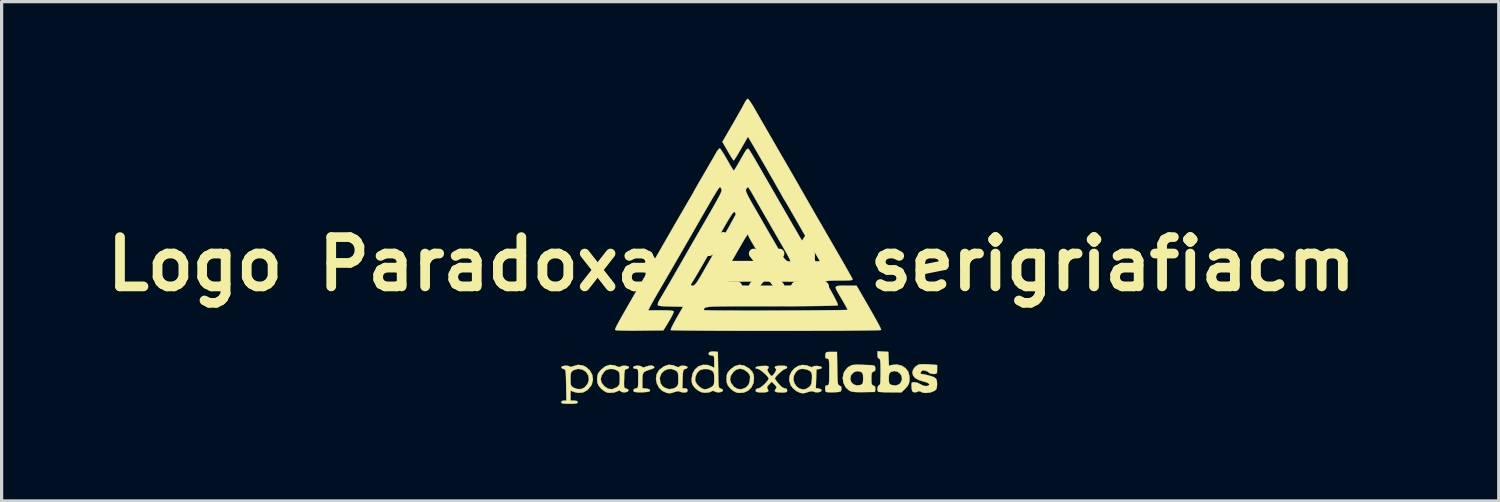
<source format=kicad_pcb>
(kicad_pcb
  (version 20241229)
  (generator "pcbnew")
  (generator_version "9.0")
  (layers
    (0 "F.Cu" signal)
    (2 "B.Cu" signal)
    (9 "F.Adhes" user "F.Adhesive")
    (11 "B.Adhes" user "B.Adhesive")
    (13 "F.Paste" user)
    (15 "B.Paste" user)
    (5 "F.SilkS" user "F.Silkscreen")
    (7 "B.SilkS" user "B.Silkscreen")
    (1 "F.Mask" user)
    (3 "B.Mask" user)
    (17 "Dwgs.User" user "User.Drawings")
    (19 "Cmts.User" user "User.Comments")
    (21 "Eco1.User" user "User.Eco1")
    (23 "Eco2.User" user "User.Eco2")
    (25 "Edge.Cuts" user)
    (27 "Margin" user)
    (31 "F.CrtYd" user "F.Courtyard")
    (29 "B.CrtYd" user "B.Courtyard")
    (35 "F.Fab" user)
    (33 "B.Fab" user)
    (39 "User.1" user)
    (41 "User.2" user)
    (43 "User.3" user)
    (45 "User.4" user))
  (footprint "Logo Paradoxa 1x1 serigriafiacm "
    (layer "F.Cu")
    (at 20.146 5.116)
    (property "Reference" "Logo Paradoxa 1x1 serigriafiacm " (at 0 0 0) (layer "F.SilkS") (effects (font (size 1.524 1.524) (thickness 0.3))))
    (attr through_hole)
    (fp_poly (pts (xy 2.692 3.227) (xy 2.695 3.418) (xy 2.7 3.556) (xy 2.706 3.648) (xy 2.716 3.705) (xy 2.73 3.737) (xy 2.75 3.752) (xy 2.765 3.757) (xy 2.813 3.786) (xy 2.821 3.851) (xy 2.82 3.863) (xy 2.812 3.91) (xy 2.791 3.938) (xy 2.742 3.952) (xy 2.652 3.959) (xy 2.586 3.962) (xy 2.472 3.964) (xy 2.384 3.959) (xy 2.341 3.949) (xy 2.34 3.949) (xy 2.324 3.903) (xy 2.318 3.836) (xy 2.329 3.769) (xy 2.37 3.747) (xy 2.381 3.747) (xy 2.407 3.743) (xy 2.425 3.726) (xy 2.436 3.685) (xy 2.442 3.61) (xy 2.444 3.49) (xy 2.445 3.334) (xy 2.444 3.165) (xy 2.442 3.05) (xy 2.435 2.978) (xy 2.424 2.94) (xy 2.406 2.924) (xy 2.379 2.921) (xy 2.335 2.911) (xy 2.321 2.867) (xy 2.324 2.818) (xy 2.332 2.759) (xy 2.354 2.728) (xy 2.405 2.716) (xy 2.503 2.715) (xy 2.683 2.715) (xy 2.692 3.227)) (stroke (width 0.01) (type solid)) (fill yes) (layer "F.SilkS"))
    (fp_poly (pts (xy -0.192 3.135) (xy -0.047 3.218) (xy -0.01 3.249) (xy 0.065 3.33) (xy 0.102 3.412) (xy 0.117 3.51) (xy 0.103 3.673) (xy 0.039 3.81) (xy -0.065 3.913) (xy -0.2 3.973) (xy -0.355 3.982) (xy -0.433 3.966) (xy -0.517 3.924) (xy -0.605 3.852) (xy -0.632 3.825) (xy -0.693 3.743) (xy -0.723 3.664) (xy -0.73 3.563) (xy -0.624 3.563) (xy -0.593 3.673) (xy -0.59 3.678) (xy -0.501 3.795) (xy -0.39 3.86) (xy -0.266 3.869) (xy -0.143 3.821) (xy -0.116 3.801) (xy -0.051 3.73) (xy -0.017 3.635) (xy -0.009 3.58) (xy -0.003 3.483) (xy -0.02 3.418) (xy -0.07 3.355) (xy -0.089 3.335) (xy -0.205 3.255) (xy -0.326 3.233) (xy -0.442 3.269) (xy -0.521 3.336) (xy -0.601 3.455) (xy -0.624 3.563) (xy -0.73 3.563) (xy -0.73 3.555) (xy -0.73 3.546) (xy -0.725 3.439) (xy -0.7 3.364) (xy -0.644 3.291) (xy -0.616 3.262) (xy -0.48 3.157) (xy -0.337 3.114) (xy -0.192 3.135)) (stroke (width 0.01) (type solid)) (fill yes) (layer "F.SilkS"))
    (fp_poly (pts (xy -2.987 3.157) (xy -2.984 3.16) (xy -2.965 3.19) (xy -2.977 3.213) (xy -3.028 3.237) (xy -3.127 3.27) (xy -3.228 3.306) (xy -3.289 3.346) (xy -3.321 3.405) (xy -3.332 3.5) (xy -3.334 3.606) (xy -3.334 3.838) (xy -3.215 3.848) (xy -3.126 3.867) (xy -3.096 3.904) (xy -3.096 3.905) (xy -3.109 3.931) (xy -3.158 3.948) (xy -3.252 3.958) (xy -3.339 3.962) (xy -3.469 3.963) (xy -3.561 3.954) (xy -3.603 3.938) (xy -3.603 3.938) (xy -3.608 3.885) (xy -3.564 3.848) (xy -3.522 3.842) (xy -3.494 3.837) (xy -3.476 3.814) (xy -3.466 3.762) (xy -3.462 3.668) (xy -3.461 3.54) (xy -3.461 3.4) (xy -3.465 3.312) (xy -3.475 3.264) (xy -3.495 3.243) (xy -3.527 3.239) (xy -3.54 3.239) (xy -3.604 3.222) (xy -3.619 3.191) (xy -3.592 3.161) (xy -3.527 3.145) (xy -3.448 3.143) (xy -3.379 3.156) (xy -3.348 3.177) (xy -3.306 3.196) (xy -3.275 3.189) (xy -3.149 3.148) (xy -3.048 3.137) (xy -2.987 3.157)) (stroke (width 0.01) (type solid)) (fill yes) (layer "F.SilkS"))
    (fp_poly (pts (xy 3.412 3.113) (xy 3.554 3.118) (xy 3.651 3.121) (xy 3.762 3.126) (xy 3.825 3.136) (xy 3.855 3.159) (xy 3.866 3.2) (xy 3.868 3.217) (xy 3.864 3.288) (xy 3.822 3.321) (xy 3.812 3.324) (xy 3.776 3.341) (xy 3.756 3.379) (xy 3.748 3.452) (xy 3.747 3.54) (xy 3.749 3.651) (xy 3.76 3.714) (xy 3.783 3.745) (xy 3.812 3.756) (xy 3.86 3.786) (xy 3.869 3.85) (xy 3.868 3.863) (xy 3.858 3.953) (xy 3.505 3.958) (xy 3.34 3.959) (xy 3.224 3.954) (xy 3.143 3.942) (xy 3.084 3.921) (xy 3.058 3.907) (xy 2.951 3.807) (xy 2.885 3.674) (xy 2.866 3.549) (xy 3.093 3.549) (xy 3.122 3.645) (xy 3.191 3.716) (xy 3.289 3.752) (xy 3.405 3.739) (xy 3.405 3.739) (xy 3.456 3.716) (xy 3.482 3.68) (xy 3.491 3.612) (xy 3.493 3.536) (xy 3.489 3.434) (xy 3.474 3.376) (xy 3.44 3.342) (xy 3.412 3.327) (xy 3.302 3.309) (xy 3.2 3.345) (xy 3.123 3.428) (xy 3.117 3.44) (xy 3.093 3.549) (xy 2.866 3.549) (xy 2.862 3.524) (xy 2.888 3.377) (xy 2.92 3.312) (xy 3.021 3.189) (xy 3.146 3.123) (xy 3.296 3.108) (xy 3.412 3.113)) (stroke (width 0.01) (type solid)) (fill yes) (layer "F.SilkS"))
    (fp_poly (pts (xy 4.104 2.705) (xy 4.27 2.715) (xy 4.28 2.929) (xy 4.289 3.144) (xy 4.375 3.121) (xy 4.536 3.105) (xy 4.682 3.14) (xy 4.804 3.218) (xy 4.888 3.332) (xy 4.922 3.461) (xy 4.926 3.597) (xy 4.907 3.696) (xy 4.859 3.779) (xy 4.8 3.843) (xy 4.679 3.964) (xy 4.326 3.964) (xy 4.183 3.962) (xy 4.064 3.957) (xy 3.984 3.951) (xy 3.955 3.945) (xy 3.936 3.895) (xy 3.938 3.826) (xy 3.957 3.768) (xy 3.985 3.747) (xy 4.004 3.737) (xy 4.018 3.703) (xy 4.026 3.636) (xy 4.03 3.537) (xy 4.286 3.537) (xy 4.286 3.539) (xy 4.289 3.639) (xy 4.303 3.694) (xy 4.336 3.724) (xy 4.372 3.738) (xy 4.498 3.755) (xy 4.602 3.721) (xy 4.652 3.672) (xy 4.694 3.567) (xy 4.684 3.466) (xy 4.633 3.381) (xy 4.551 3.323) (xy 4.45 3.305) (xy 4.348 3.335) (xy 4.31 3.369) (xy 4.291 3.43) (xy 4.286 3.537) (xy 4.03 3.537) (xy 4.031 3.524) (xy 4.032 3.36) (xy 4.032 3.334) (xy 4.031 3.162) (xy 4.027 3.044) (xy 4.019 2.971) (xy 4.007 2.933) (xy 3.988 2.921) (xy 3.985 2.921) (xy 3.95 2.897) (xy 3.937 2.821) (xy 3.937 2.808) (xy 3.937 2.695) (xy 4.104 2.705)) (stroke (width 0.01) (type solid)) (fill yes) (layer "F.SilkS"))
    (fp_poly (pts (xy 1.754 3.132) (xy 1.823 3.16) (xy 1.899 3.189) (xy 1.937 3.174) (xy 1.938 3.174) (xy 1.981 3.153) (xy 2.057 3.148) (xy 2.139 3.158) (xy 2.2 3.18) (xy 2.214 3.197) (xy 2.196 3.227) (xy 2.137 3.244) (xy 2.048 3.254) (xy 2.03 3.837) (xy 2.118 3.847) (xy 2.19 3.871) (xy 2.207 3.908) (xy 2.173 3.945) (xy 2.101 3.963) (xy 2.017 3.961) (xy 1.958 3.942) (xy 1.957 3.941) (xy 1.899 3.927) (xy 1.799 3.951) (xy 1.792 3.953) (xy 1.7 3.983) (xy 1.636 3.993) (xy 1.573 3.985) (xy 1.54 3.977) (xy 1.424 3.923) (xy 1.316 3.831) (xy 1.25 3.739) (xy 1.208 3.597) (xy 1.21 3.568) (xy 1.336 3.568) (xy 1.364 3.677) (xy 1.424 3.771) (xy 1.508 3.84) (xy 1.609 3.874) (xy 1.716 3.865) (xy 1.823 3.802) (xy 1.871 3.747) (xy 1.897 3.678) (xy 1.908 3.572) (xy 1.91 3.545) (xy 1.911 3.436) (xy 1.899 3.369) (xy 1.868 3.324) (xy 1.84 3.299) (xy 1.742 3.255) (xy 1.63 3.239) (xy 1.532 3.248) (xy 1.462 3.288) (xy 1.412 3.34) (xy 1.35 3.452) (xy 1.336 3.568) (xy 1.21 3.568) (xy 1.219 3.458) (xy 1.274 3.332) (xy 1.364 3.226) (xy 1.481 3.152) (xy 1.614 3.117) (xy 1.754 3.132)) (stroke (width 0.01) (type solid)) (fill yes) (layer "F.SilkS"))
    (fp_poly (pts (xy -2.379 3.129) (xy -2.303 3.161) (xy -2.228 3.189) (xy -2.197 3.177) (xy -2.161 3.152) (xy -2.092 3.142) (xy -2.015 3.147) (xy -1.956 3.165) (xy -1.937 3.189) (xy -1.964 3.228) (xy -2.008 3.244) (xy -2.042 3.253) (xy -2.063 3.276) (xy -2.076 3.326) (xy -2.084 3.415) (xy -2.089 3.548) (xy -2.098 3.842) (xy -2.017 3.842) (xy -1.954 3.856) (xy -1.937 3.905) (xy -1.95 3.95) (xy -2.001 3.967) (xy -2.042 3.969) (xy -2.123 3.96) (xy -2.176 3.939) (xy -2.177 3.938) (xy -2.231 3.927) (xy -2.329 3.951) (xy -2.334 3.953) (xy -2.427 3.983) (xy -2.49 3.993) (xy -2.554 3.985) (xy -2.588 3.978) (xy -2.72 3.917) (xy -2.821 3.817) (xy -2.886 3.69) (xy -2.913 3.551) (xy -2.911 3.54) (xy -2.794 3.54) (xy -2.776 3.675) (xy -2.717 3.771) (xy -2.642 3.824) (xy -2.509 3.868) (xy -2.38 3.851) (xy -2.315 3.819) (xy -2.265 3.785) (xy -2.238 3.746) (xy -2.225 3.683) (xy -2.223 3.578) (xy -2.223 3.553) (xy -2.225 3.436) (xy -2.236 3.365) (xy -2.261 3.322) (xy -2.301 3.29) (xy -2.423 3.242) (xy -2.547 3.246) (xy -2.659 3.295) (xy -2.745 3.38) (xy -2.791 3.495) (xy -2.794 3.54) (xy -2.911 3.54) (xy -2.895 3.414) (xy -2.829 3.293) (xy -2.802 3.264) (xy -2.658 3.158) (xy -2.52 3.113) (xy -2.379 3.129)) (stroke (width 0.01) (type solid)) (fill yes) (layer "F.SilkS"))
    (fp_poly (pts (xy 5.429 3.095) (xy 5.553 3.102) (xy 5.779 3.121) (xy 5.779 3.259) (xy 5.776 3.345) (xy 5.759 3.385) (xy 5.713 3.397) (xy 5.669 3.397) (xy 5.59 3.388) (xy 5.541 3.366) (xy 5.539 3.364) (xy 5.484 3.32) (xy 5.401 3.29) (xy 5.326 3.288) (xy 5.318 3.29) (xy 5.286 3.321) (xy 5.268 3.366) (xy 5.275 3.396) (xy 5.282 3.397) (xy 5.358 3.406) (xy 5.465 3.43) (xy 5.576 3.46) (xy 5.668 3.491) (xy 5.705 3.509) (xy 5.752 3.553) (xy 5.773 3.616) (xy 5.779 3.712) (xy 5.772 3.814) (xy 5.749 3.875) (xy 5.707 3.913) (xy 5.58 3.966) (xy 5.434 3.984) (xy 5.366 3.978) (xy 5.293 3.956) (xy 5.257 3.935) (xy 5.21 3.927) (xy 5.187 3.94) (xy 5.126 3.963) (xy 5.074 3.963) (xy 5.028 3.948) (xy 5.004 3.907) (xy 4.992 3.824) (xy 4.991 3.802) (xy 4.987 3.711) (xy 4.998 3.667) (xy 5.032 3.653) (xy 5.08 3.651) (xy 5.175 3.671) (xy 5.267 3.717) (xy 5.267 3.717) (xy 5.347 3.758) (xy 5.433 3.773) (xy 5.503 3.763) (xy 5.539 3.728) (xy 5.54 3.717) (xy 5.51 3.681) (xy 5.425 3.647) (xy 5.382 3.636) (xy 5.21 3.584) (xy 5.096 3.519) (xy 5.034 3.436) (xy 5.016 3.34) (xy 5.044 3.252) (xy 5.112 3.168) (xy 5.202 3.111) (xy 5.234 3.101) (xy 5.313 3.095) (xy 5.429 3.095)) (stroke (width 0.01) (type solid)) (fill yes) (layer "F.SilkS"))
    (fp_poly (pts (xy -5.174 3.134) (xy -5.088 3.175) (xy -4.963 3.282) (xy -4.886 3.416) (xy -4.862 3.562) (xy -4.894 3.709) (xy -4.922 3.763) (xy -5.033 3.894) (xy -5.168 3.967) (xy -5.321 3.981) (xy -5.428 3.957) (xy -5.556 3.913) (xy -5.556 4.223) (xy -5.445 4.223) (xy -5.363 4.233) (xy -5.334 4.266) (xy -5.334 4.27) (xy -5.346 4.295) (xy -5.389 4.309) (xy -5.475 4.316) (xy -5.588 4.318) (xy -5.718 4.316) (xy -5.797 4.308) (xy -5.834 4.291) (xy -5.842 4.27) (xy -5.814 4.232) (xy -5.762 4.223) (xy -5.682 4.223) (xy -5.69 3.739) (xy -5.694 3.554) (xy -5.694 3.552) (xy -5.556 3.552) (xy -5.554 3.667) (xy -5.544 3.737) (xy -5.519 3.78) (xy -5.474 3.814) (xy -5.469 3.818) (xy -5.347 3.864) (xy -5.223 3.863) (xy -5.123 3.817) (xy -5.028 3.706) (xy -4.986 3.581) (xy -5 3.454) (xy -5.071 3.338) (xy -5.078 3.331) (xy -5.193 3.257) (xy -5.325 3.238) (xy -5.455 3.276) (xy -5.478 3.29) (xy -5.52 3.324) (xy -5.544 3.369) (xy -5.554 3.443) (xy -5.556 3.552) (xy -5.694 3.552) (xy -5.698 3.423) (xy -5.705 3.337) (xy -5.715 3.285) (xy -5.73 3.258) (xy -5.752 3.247) (xy -5.771 3.244) (xy -5.826 3.219) (xy -5.842 3.189) (xy -5.815 3.161) (xy -5.749 3.145) (xy -5.67 3.142) (xy -5.603 3.154) (xy -5.573 3.173) (xy -5.535 3.181) (xy -5.468 3.157) (xy -5.323 3.115) (xy -5.174 3.134)) (stroke (width 0.01) (type solid)) (fill yes) (layer "F.SilkS"))
    (fp_poly (pts (xy -4.195 3.13) (xy -4.134 3.156) (xy -4.056 3.185) (xy -4.016 3.175) (xy -3.973 3.151) (xy -3.9 3.142) (xy -3.822 3.148) (xy -3.763 3.166) (xy -3.747 3.189) (xy -3.774 3.228) (xy -3.818 3.244) (xy -3.852 3.253) (xy -3.873 3.276) (xy -3.886 3.326) (xy -3.894 3.416) (xy -3.898 3.546) (xy -3.902 3.683) (xy -3.9 3.769) (xy -3.891 3.817) (xy -3.871 3.838) (xy -3.838 3.847) (xy -3.835 3.847) (xy -3.779 3.873) (xy -3.762 3.905) (xy -3.789 3.941) (xy -3.853 3.962) (xy -3.928 3.964) (xy -3.988 3.947) (xy -4.004 3.931) (xy -4.039 3.906) (xy -4.088 3.925) (xy -4.215 3.972) (xy -4.36 3.98) (xy -4.434 3.966) (xy -4.517 3.924) (xy -4.606 3.852) (xy -4.632 3.825) (xy -4.696 3.74) (xy -4.725 3.656) (xy -4.731 3.557) (xy -4.625 3.557) (xy -4.596 3.669) (xy -4.506 3.781) (xy -4.503 3.783) (xy -4.386 3.857) (xy -4.263 3.868) (xy -4.137 3.816) (xy -4.124 3.808) (xy -4.074 3.766) (xy -4.046 3.72) (xy -4.034 3.649) (xy -4.032 3.542) (xy -4.035 3.428) (xy -4.047 3.36) (xy -4.075 3.317) (xy -4.111 3.29) (xy -4.221 3.246) (xy -4.343 3.241) (xy -4.451 3.273) (xy -4.499 3.31) (xy -4.592 3.439) (xy -4.625 3.557) (xy -4.731 3.557) (xy -4.731 3.554) (xy -4.725 3.452) (xy -4.699 3.377) (xy -4.642 3.301) (xy -4.612 3.267) (xy -4.48 3.162) (xy -4.338 3.116) (xy -4.195 3.13)) (stroke (width 0.01) (type solid)) (fill yes) (layer "F.SilkS"))
    (fp_poly (pts (xy -1.124 2.704) (xy -1 2.715) (xy -0.991 3.276) (xy -0.988 3.477) (xy -0.984 3.624) (xy -0.979 3.724) (xy -0.971 3.788) (xy -0.959 3.824) (xy -0.941 3.84) (xy -0.917 3.847) (xy -0.912 3.848) (xy -0.857 3.874) (xy -0.841 3.905) (xy -0.869 3.941) (xy -0.934 3.961) (xy -1.013 3.964) (xy -1.082 3.945) (xy -1.097 3.935) (xy -1.156 3.916) (xy -1.183 3.929) (xy -1.275 3.968) (xy -1.403 3.977) (xy -1.492 3.965) (xy -1.597 3.919) (xy -1.701 3.834) (xy -1.706 3.829) (xy -1.771 3.747) (xy -1.802 3.67) (xy -1.808 3.585) (xy -1.704 3.585) (xy -1.696 3.626) (xy -1.646 3.715) (xy -1.564 3.797) (xy -1.471 3.856) (xy -1.402 3.873) (xy -1.318 3.857) (xy -1.224 3.816) (xy -1.214 3.81) (xy -1.158 3.772) (xy -1.127 3.732) (xy -1.114 3.671) (xy -1.111 3.568) (xy -1.111 3.544) (xy -1.114 3.43) (xy -1.126 3.361) (xy -1.153 3.318) (xy -1.19 3.29) (xy -1.303 3.247) (xy -1.435 3.244) (xy -1.554 3.279) (xy -1.571 3.289) (xy -1.642 3.366) (xy -1.69 3.474) (xy -1.704 3.585) (xy -1.808 3.585) (xy -1.81 3.564) (xy -1.81 3.553) (xy -1.783 3.392) (xy -1.711 3.26) (xy -1.604 3.166) (xy -1.471 3.117) (xy -1.325 3.118) (xy -1.205 3.16) (xy -1.111 3.208) (xy -1.111 3.017) (xy -1.113 2.911) (xy -1.122 2.854) (xy -1.145 2.83) (xy -1.187 2.826) (xy -1.189 2.826) (xy -1.265 2.811) (xy -1.287 2.77) (xy -1.273 2.735) (xy -1.223 2.708) (xy -1.129 2.704) (xy -1.124 2.704)) (stroke (width 0.01) (type solid)) (fill yes) (layer "F.SilkS"))
    (fp_poly (pts (xy 1.063 3.147) (xy 1.123 3.16) (xy 1.143 3.185) (xy 1.143 3.191) (xy 1.117 3.231) (xy 1.086 3.239) (xy 1.039 3.26) (xy 0.967 3.313) (xy 0.888 3.383) (xy 0.817 3.454) (xy 0.771 3.513) (xy 0.762 3.536) (xy 0.781 3.572) (xy 0.829 3.64) (xy 0.877 3.701) (xy 0.974 3.801) (xy 1.054 3.841) (xy 1.067 3.842) (xy 1.128 3.858) (xy 1.143 3.905) (xy 1.136 3.941) (xy 1.106 3.96) (xy 1.037 3.968) (xy 0.953 3.969) (xy 0.83 3.961) (xy 0.768 3.938) (xy 0.763 3.896) (xy 0.801 3.848) (xy 0.816 3.811) (xy 0.79 3.763) (xy 0.753 3.723) (xy 0.667 3.637) (xy 0.582 3.722) (xy 0.529 3.783) (xy 0.52 3.825) (xy 0.537 3.854) (xy 0.561 3.909) (xy 0.556 3.936) (xy 0.514 3.955) (xy 0.433 3.966) (xy 0.335 3.968) (xy 0.245 3.961) (xy 0.185 3.945) (xy 0.175 3.937) (xy 0.17 3.885) (xy 0.214 3.849) (xy 0.26 3.842) (xy 0.312 3.82) (xy 0.385 3.764) (xy 0.464 3.691) (xy 0.53 3.616) (xy 0.568 3.556) (xy 0.572 3.541) (xy 0.548 3.491) (xy 0.487 3.421) (xy 0.406 3.347) (xy 0.323 3.283) (xy 0.253 3.244) (xy 0.229 3.239) (xy 0.174 3.225) (xy 0.167 3.199) (xy 0.206 3.173) (xy 0.298 3.156) (xy 0.376 3.15) (xy 0.487 3.147) (xy 0.548 3.156) (xy 0.57 3.177) (xy 0.572 3.187) (xy 0.55 3.236) (xy 0.534 3.246) (xy 0.53 3.274) (xy 0.554 3.33) (xy 0.594 3.394) (xy 0.637 3.444) (xy 0.667 3.461) (xy 0.702 3.438) (xy 0.745 3.385) (xy 0.784 3.321) (xy 0.805 3.268) (xy 0.799 3.246) (xy 0.765 3.207) (xy 0.762 3.188) (xy 0.779 3.162) (xy 0.838 3.148) (xy 0.95 3.143) (xy 0.953 3.143) (xy 1.063 3.147)) (stroke (width 0.01) (type solid)) (fill yes) (layer "F.SilkS"))
    (fp_poly (pts (xy -0.046 -5.085) (xy 0.006 -5.015) (xy 0.072 -4.913) (xy 0.128 -4.818) (xy 0.25 -4.605) (xy 0.397 -4.35) (xy 0.562 -4.065) (xy 0.737 -3.761) (xy 0.916 -3.451) (xy 1.092 -3.147) (xy 1.159 -3.032) (xy 1.258 -2.861) (xy 1.351 -2.699) (xy 1.432 -2.56) (xy 1.493 -2.453) (xy 1.524 -2.397) (xy 1.561 -2.332) (xy 1.619 -2.231) (xy 1.7 -2.09) (xy 1.805 -1.907) (xy 1.935 -1.681) (xy 2.092 -1.409) (xy 2.277 -1.088) (xy 2.492 -0.717) (xy 2.673 -0.403) (xy 2.793 -0.195) (xy 2.903 -0.003) (xy 2.999 0.166) (xy 3.077 0.303) (xy 3.132 0.402) (xy 3.161 0.456) (xy 3.164 0.462) (xy 3.163 0.481) (xy 3.136 0.494) (xy 3.074 0.502) (xy 2.97 0.506) (xy 2.813 0.508) (xy 2.75 0.508) (xy 2.567 0.509) (xy 2.44 0.514) (xy 2.363 0.524) (xy 2.327 0.54) (xy 2.327 0.564) (xy 2.347 0.589) (xy 2.385 0.641) (xy 2.44 0.729) (xy 2.504 0.84) (xy 2.57 0.961) (xy 2.631 1.078) (xy 2.68 1.178) (xy 2.709 1.247) (xy 2.714 1.271) (xy 2.678 1.278) (xy 2.582 1.283) (xy 2.429 1.288) (xy 2.22 1.293) (xy 1.959 1.296) (xy 1.649 1.299) (xy 1.293 1.301) (xy 0.893 1.302) (xy 0.652 1.302) (xy 0.238 1.302) (xy -0.117 1.302) (xy -0.418 1.302) (xy -0.669 1.304) (xy -0.875 1.306) (xy -1.04 1.309) (xy -1.168 1.314) (xy -1.265 1.321) (xy -1.334 1.33) (xy -1.381 1.341) (xy -1.409 1.354) (xy -1.423 1.371) (xy -1.428 1.39) (xy -1.429 1.413) (xy -1.429 1.423) (xy -1.398 1.427) (xy -1.309 1.43) (xy -1.166 1.432) (xy -0.975 1.435) (xy -0.741 1.436) (xy -0.469 1.437) (xy -0.163 1.438) (xy 0.17 1.438) (xy 0.526 1.437) (xy 0.794 1.436) (xy 1.163 1.435) (xy 1.513 1.433) (xy 1.839 1.431) (xy 2.136 1.429) (xy 2.398 1.426) (xy 2.62 1.424) (xy 2.798 1.422) (xy 2.927 1.419) (xy 3 1.417) (xy 3.016 1.415) (xy 3 1.381) (xy 2.953 1.295) (xy 2.877 1.16) (xy 2.772 0.98) (xy 2.719 0.889) (xy 2.666 0.795) (xy 2.643 0.732) (xy 2.656 0.694) (xy 2.712 0.674) (xy 2.818 0.668) (xy 2.962 0.667) (xy 3.288 0.667) (xy 3.413 0.881) (xy 3.579 1.169) (xy 3.716 1.407) (xy 3.825 1.599) (xy 3.909 1.749) (xy 3.971 1.863) (xy 4.013 1.944) (xy 4.037 1.998) (xy 4.047 2.028) (xy 4.046 2.036) (xy 4.012 2.04) (xy 3.92 2.044) (xy 3.775 2.047) (xy 3.582 2.05) (xy 3.346 2.053) (xy 3.072 2.056) (xy 2.766 2.058) (xy 2.432 2.06) (xy 2.076 2.061) (xy 1.703 2.062) (xy 1.317 2.063) (xy 0.925 2.063) (xy 0.531 2.063) (xy 0.141 2.063) (xy -0.241 2.062) (xy -0.609 2.061) (xy -0.958 2.06) (xy -1.283 2.058) (xy -1.579 2.056) (xy -1.841 2.054) (xy -2.063 2.051) (xy -2.241 2.048) (xy -2.369 2.045) (xy -2.441 2.041) (xy -2.457 2.038) (xy -2.448 2.002) (xy -2.412 1.923) (xy -2.355 1.812) (xy -2.283 1.68) (xy -2.274 1.665) (xy -2.075 1.318) (xy -2.466 1.309) (xy -2.631 1.304) (xy -2.742 1.298) (xy -2.81 1.289) (xy -2.845 1.274) (xy -2.857 1.254) (xy -2.857 1.244) (xy -2.84 1.174) (xy -2.814 1.126) (xy -2.789 1.085) (xy -2.737 0.997) (xy -2.664 0.872) (xy -2.574 0.719) (xy -2.536 0.654) (xy -1.834 0.654) (xy -1.797 0.666) (xy -1.77 0.667) (xy -1.736 0.657) (xy -1.706 0.631) (xy -0.986 0.631) (xy -0.974 0.641) (xy -0.943 0.649) (xy -0.888 0.656) (xy -0.804 0.66) (xy -0.686 0.663) (xy -0.527 0.665) (xy -0.322 0.666) (xy -0.066 0.667) (xy 0.246 0.667) (xy 0.349 0.667) (xy 0.679 0.667) (xy 0.951 0.666) (xy 1.17 0.666) (xy 1.342 0.664) (xy 1.472 0.661) (xy 1.566 0.657) (xy 1.628 0.651) (xy 1.666 0.644) (xy 1.683 0.634) (xy 1.685 0.623) (xy 1.678 0.608) (xy 1.675 0.603) (xy 1.664 0.587) (xy 1.646 0.575) (xy 1.617 0.564) (xy 1.57 0.556) (xy 1.5 0.55) (xy 1.4 0.546) (xy 1.264 0.543) (xy 1.088 0.541) (xy 0.863 0.54) (xy 0.586 0.54) (xy 0.349 0.54) (xy 0.03 0.54) (xy -0.232 0.54) (xy -0.443 0.541) (xy -0.607 0.543) (xy -0.732 0.547) (xy -0.824 0.552) (xy -0.887 0.558) (xy -0.928 0.567) (xy -0.953 0.578) (xy -0.969 0.592) (xy -0.977 0.603) (xy -0.985 0.619) (xy -0.986 0.631) (xy -1.706 0.631) (xy -1.697 0.624) (xy -1.647 0.559) (xy -1.58 0.455) (xy -1.492 0.305) (xy -1.46 0.251) (xy -1.37 0.092) (xy -1.284 -0.057) (xy -1.262 -0.095) (xy -0.567 -0.095) (xy 0.384 -0.095) (xy 0.264 -0.31) (xy 0.188 -0.445) (xy 0.105 -0.587) (xy 0.04 -0.697) (xy -0.014 -0.791) (xy -0.051 -0.866) (xy -0.064 -0.901) (xy -0.068 -0.918) (xy -0.086 -0.906) (xy -0.119 -0.861) (xy -0.173 -0.776) (xy -0.25 -0.646) (xy -0.343 -0.484) (xy -0.567 -0.095) (xy -1.262 -0.095) (xy -1.211 -0.185) (xy -1.159 -0.276) (xy -1.147 -0.297) (xy -1.107 -0.366) (xy -1.043 -0.478) (xy -0.959 -0.624) (xy -0.863 -0.791) (xy -0.761 -0.968) (xy -0.758 -0.972) (xy -0.662 -1.14) (xy -0.578 -1.291) (xy -0.51 -1.414) (xy -0.464 -1.501) (xy -0.445 -1.543) (xy -0.445 -1.545) (xy -0.465 -1.592) (xy -0.481 -1.612) (xy -0.503 -1.612) (xy -0.539 -1.577) (xy -0.592 -1.502) (xy -0.667 -1.383) (xy -0.767 -1.213) (xy -0.794 -1.165) (xy -1 -0.804) (xy -1.177 -0.495) (xy -1.327 -0.233) (xy -1.451 -0.016) (xy -1.553 0.16) (xy -1.634 0.299) (xy -1.696 0.404) (xy -1.741 0.479) (xy -1.771 0.528) (xy -1.783 0.545) (xy -1.829 0.618) (xy -1.834 0.654) (xy -2.536 0.654) (xy -2.473 0.546) (xy -2.367 0.362) (xy -2.26 0.176) (xy -2.157 -0.002) (xy -2.064 -0.165) (xy -1.985 -0.303) (xy -1.977 -0.318) (xy -1.938 -0.385) (xy -1.876 -0.494) (xy -1.797 -0.631) (xy -1.708 -0.784) (xy -1.675 -0.841) (xy -1.493 -1.157) (xy -1.34 -1.421) (xy -1.214 -1.64) (xy -1.113 -1.818) (xy -1.033 -1.96) (xy -0.973 -2.07) (xy -0.93 -2.152) (xy -0.903 -2.213) (xy -0.887 -2.255) (xy -0.881 -2.284) (xy -0.881 -2.286) (xy -0.134 -2.286) (xy -0.126 -2.238) (xy -0.096 -2.165) (xy -0.042 -2.059) (xy 0.04 -1.912) (xy 0.078 -1.845) (xy 0.167 -1.691) (xy 0.25 -1.547) (xy 0.318 -1.428) (xy 0.365 -1.346) (xy 0.376 -1.328) (xy 0.413 -1.262) (xy 0.475 -1.155) (xy 0.554 -1.019) (xy 0.64 -0.869) (xy 0.666 -0.826) (xy 0.758 -0.667) (xy 0.847 -0.512) (xy 0.925 -0.377) (xy 0.981 -0.279) (xy 0.99 -0.264) (xy 1.073 -0.147) (xy 1.157 -0.085) (xy 1.236 -0.083) (xy 1.243 -0.086) (xy 1.238 -0.116) (xy 1.205 -0.187) (xy 1.152 -0.289) (xy 1.114 -0.357) (xy 1.053 -0.463) (xy 0.967 -0.611) (xy 0.864 -0.79) (xy 0.75 -0.987) (xy 0.632 -1.191) (xy 0.587 -1.27) (xy 0.471 -1.47) (xy 0.358 -1.666) (xy 0.255 -1.846) (xy 0.167 -2) (xy 0.101 -2.116) (xy 0.081 -2.15) (xy 0.02 -2.256) (xy -0.032 -2.336) (xy -0.065 -2.377) (xy -0.07 -2.381) (xy -0.101 -2.357) (xy -0.126 -2.319) (xy -0.134 -2.286) (xy -0.881 -2.286) (xy -0.883 -2.305) (xy -0.89 -2.322) (xy -0.9 -2.34) (xy -0.9 -2.34) (xy -0.91 -2.36) (xy -0.918 -2.375) (xy -0.928 -2.382) (xy -0.943 -2.376) (xy -0.965 -2.354) (xy -0.997 -2.311) (xy -1.041 -2.242) (xy -1.1 -2.145) (xy -1.178 -2.015) (xy -1.276 -1.847) (xy -1.397 -1.637) (xy -1.544 -1.382) (xy -1.719 -1.077) (xy -1.763 -1) (xy -1.952 -0.672) (xy -2.114 -0.391) (xy -2.255 -0.147) (xy -2.379 0.068) (xy -2.492 0.263) (xy -2.599 0.447) (xy -2.704 0.628) (xy -2.813 0.815) (xy -2.852 0.881) (xy -2.948 1.047) (xy -3.03 1.194) (xy -3.094 1.311) (xy -3.136 1.393) (xy -3.15 1.429) (xy -3.149 1.431) (xy -3.111 1.431) (xy -3.022 1.431) (xy -2.897 1.43) (xy -2.757 1.429) (xy -2.58 1.43) (xy -2.453 1.438) (xy -2.38 1.451) (xy -2.366 1.46) (xy -2.373 1.5) (xy -2.408 1.58) (xy -2.465 1.687) (xy -2.515 1.771) (xy -2.684 2.048) (xy -3.42 2.056) (xy -3.657 2.058) (xy -3.858 2.056) (xy -4.014 2.052) (xy -4.12 2.046) (xy -4.171 2.037) (xy -4.174 2.035) (xy -4.175 2.02) (xy -4.166 1.991) (xy -4.145 1.943) (xy -4.108 1.871) (xy -4.054 1.771) (xy -3.98 1.638) (xy -3.883 1.468) (xy -3.762 1.255) (xy -3.612 0.996) (xy -3.477 0.762) (xy -3.365 0.569) (xy -3.24 0.353) (xy -3.116 0.138) (xy -3.008 -0.049) (xy -3 -0.064) (xy -2.791 -0.426) (xy -2.612 -0.738) (xy -2.458 -1.004) (xy -2.329 -1.229) (xy -2.22 -1.417) (xy -2.13 -1.572) (xy -2.056 -1.7) (xy -1.995 -1.805) (xy -1.945 -1.891) (xy -1.903 -1.963) (xy -1.891 -1.983) (xy -1.827 -2.093) (xy -1.777 -2.179) (xy -1.75 -2.23) (xy -1.746 -2.238) (xy -1.731 -2.267) (xy -1.688 -2.342) (xy -1.624 -2.455) (xy -1.542 -2.596) (xy -1.448 -2.757) (xy -1.447 -2.758) (xy -1.345 -2.933) (xy -1.248 -3.101) (xy -1.162 -3.249) (xy -1.096 -3.365) (xy -1.06 -3.429) (xy -1.008 -3.514) (xy -0.962 -3.567) (xy -0.939 -3.578) (xy -0.911 -3.547) (xy -0.86 -3.472) (xy -0.793 -3.363) (xy -0.717 -3.233) (xy -0.714 -3.228) (xy -0.64 -3.098) (xy -0.577 -2.991) (xy -0.53 -2.918) (xy -0.508 -2.889) (xy -0.507 -2.889) (xy -0.486 -2.915) (xy -0.441 -2.985) (xy -0.38 -3.088) (xy -0.322 -3.189) (xy -0.23 -3.351) (xy -0.164 -3.464) (xy -0.118 -3.533) (xy -0.084 -3.564) (xy -0.057 -3.562) (xy -0.03 -3.532) (xy 0.003 -3.481) (xy 0.007 -3.474) (xy 0.048 -3.408) (xy 0.114 -3.297) (xy 0.198 -3.153) (xy 0.294 -2.987) (xy 0.396 -2.811) (xy 0.396 -2.81) (xy 0.545 -2.551) (xy 0.718 -2.251) (xy 0.906 -1.924) (xy 1.102 -1.585) (xy 1.297 -1.247) (xy 1.483 -0.925) (xy 1.633 -0.667) (xy 1.715 -0.524) (xy 1.791 -0.39) (xy 1.852 -0.281) (xy 1.887 -0.217) (xy 1.951 -0.128) (xy 2.029 -0.089) (xy 2.038 -0.088) (xy 2.122 -0.084) (xy 2.148 -0.107) (xy 2.131 -0.14) (xy 2.108 -0.175) (xy 2.059 -0.259) (xy 1.986 -0.383) (xy 1.893 -0.543) (xy 1.786 -0.729) (xy 1.667 -0.937) (xy 1.603 -1.048) (xy 1.48 -1.263) (xy 1.366 -1.46) (xy 1.266 -1.634) (xy 1.184 -1.777) (xy 1.123 -1.881) (xy 1.087 -1.941) (xy 1.08 -1.953) (xy 1.052 -1.997) (xy 1.006 -2.076) (xy 0.972 -2.138) (xy 0.922 -2.227) (xy 0.846 -2.36) (xy 0.751 -2.527) (xy 0.643 -2.716) (xy 0.527 -2.918) (xy 0.41 -3.121) (xy 0.298 -3.315) (xy 0.196 -3.49) (xy 0.112 -3.634) (xy 0.052 -3.737) (xy 0.041 -3.756) (xy -0.07 -3.94) (xy -0.279 -3.573) (xy -0.358 -3.438) (xy -0.426 -3.325) (xy -0.478 -3.245) (xy -0.507 -3.208) (xy -0.51 -3.207) (xy -0.533 -3.233) (xy -0.58 -3.302) (xy -0.642 -3.405) (xy -0.694 -3.494) (xy -0.858 -3.781) (xy -0.55 -4.312) (xy -0.449 -4.487) (xy -0.355 -4.652) (xy -0.273 -4.797) (xy -0.212 -4.909) (xy -0.177 -4.976) (xy -0.131 -5.056) (xy -0.09 -5.104) (xy -0.075 -5.111) (xy -0.046 -5.085)) (stroke (width 0.01) (type solid)) (fill yes) (layer "F.SilkS")))
  (gr_rect
    (start -3 -3)
    (end 43.292 12.439)
    (stroke (width 0.1) (type default))
    (fill no)
    (layer "Edge.Cuts")))
</source>
